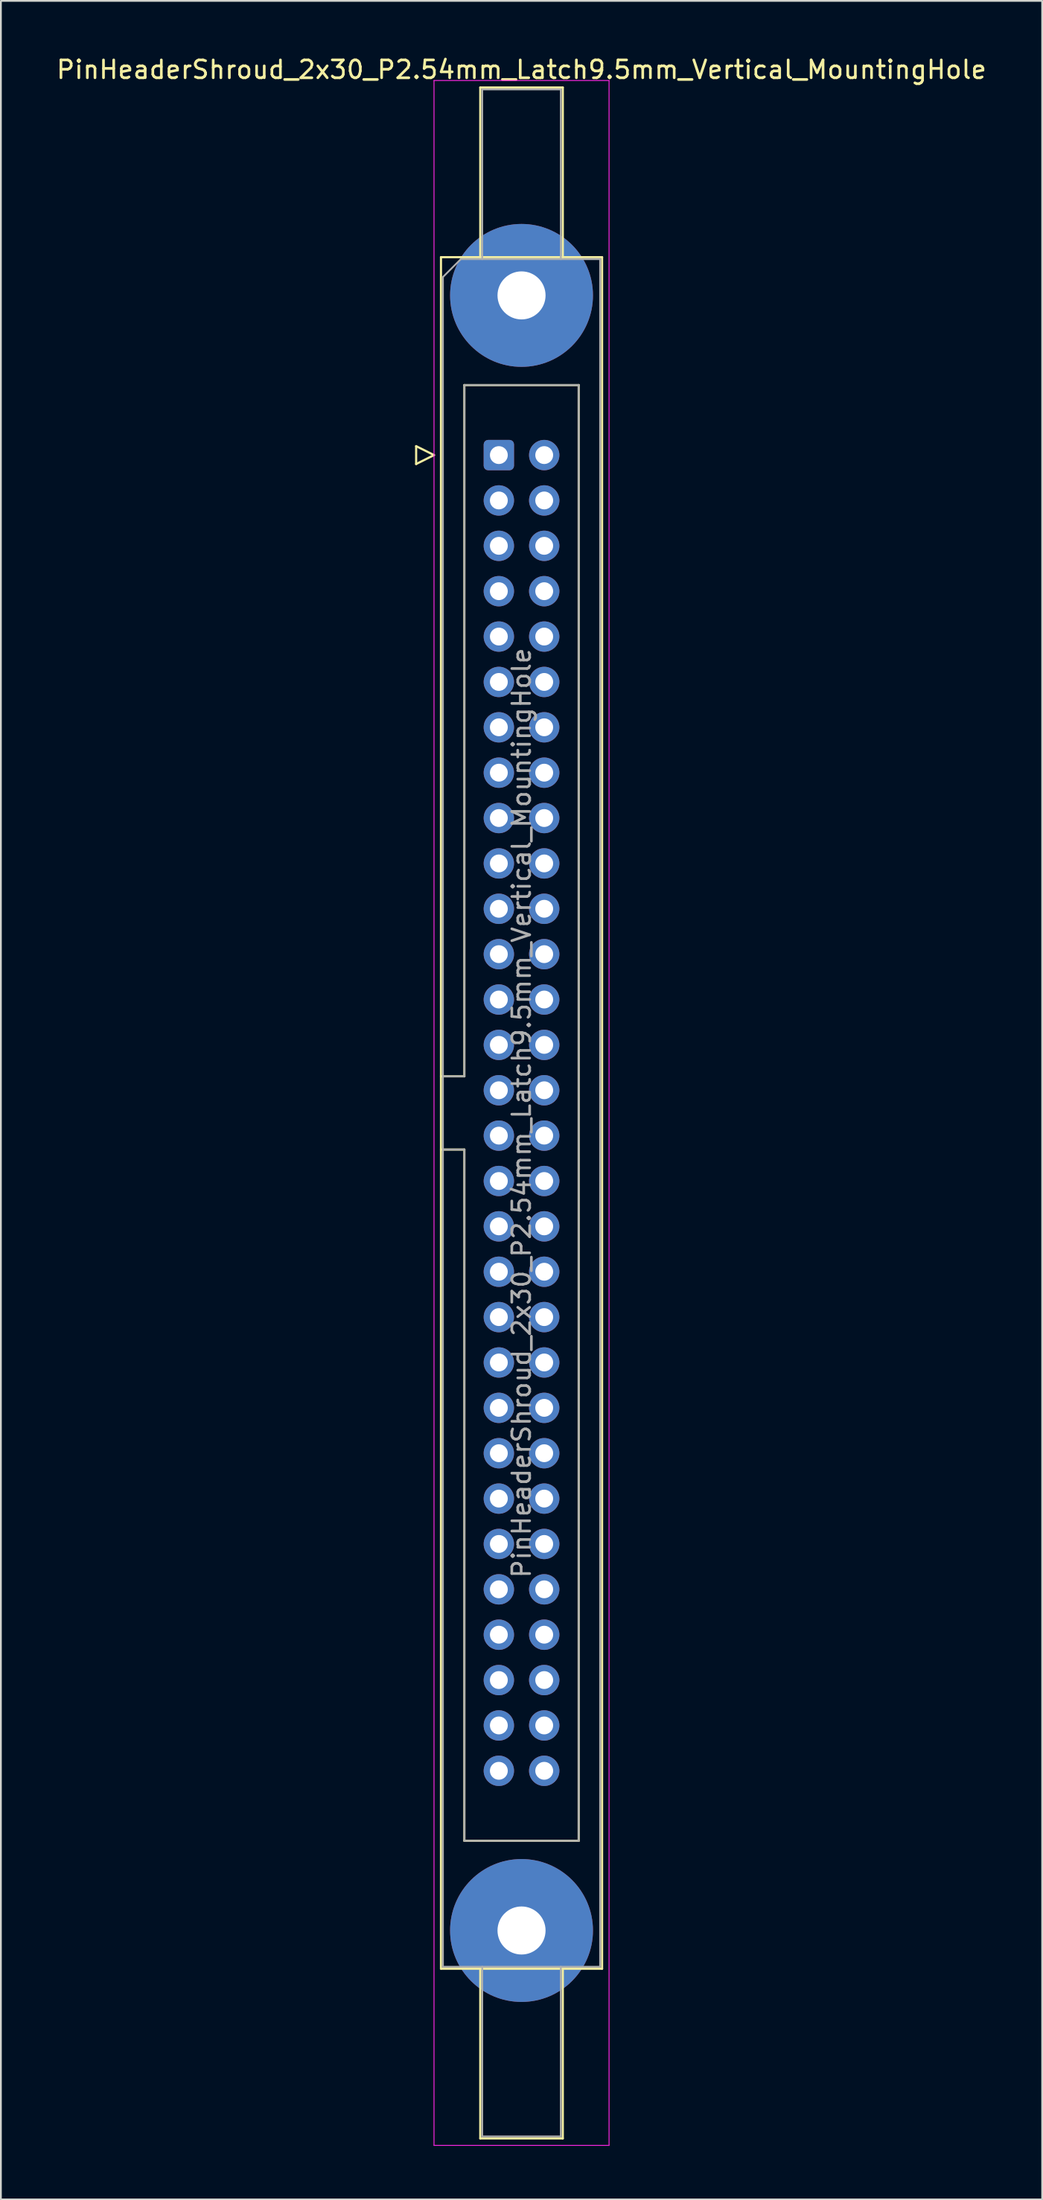
<source format=kicad_pcb>
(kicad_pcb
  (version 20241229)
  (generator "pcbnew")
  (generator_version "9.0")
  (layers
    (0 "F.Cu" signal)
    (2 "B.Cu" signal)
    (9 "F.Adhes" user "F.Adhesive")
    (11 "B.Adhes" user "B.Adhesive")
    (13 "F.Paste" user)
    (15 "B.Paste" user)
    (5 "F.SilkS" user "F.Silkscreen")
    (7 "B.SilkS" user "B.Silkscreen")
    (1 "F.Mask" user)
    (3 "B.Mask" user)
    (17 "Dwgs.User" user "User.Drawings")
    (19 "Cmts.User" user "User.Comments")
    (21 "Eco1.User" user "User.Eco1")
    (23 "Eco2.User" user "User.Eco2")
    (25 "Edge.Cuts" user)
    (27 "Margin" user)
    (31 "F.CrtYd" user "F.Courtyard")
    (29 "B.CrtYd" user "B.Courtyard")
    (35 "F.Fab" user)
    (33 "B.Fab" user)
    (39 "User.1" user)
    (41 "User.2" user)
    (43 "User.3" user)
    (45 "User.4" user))
  (footprint "PinHeaderShroud_2x30_P2.54mm_Latch9.5mm_Vertical_MountingHole"
    (layer "F.Cu")
    (at 24.879 22.428)
    (property "Reference" "PinHeaderShroud_2x30_P2.54mm_Latch9.5mm_Vertical_MountingHole" (at 1.27 -21.58 0) (layer "F.SilkS") (effects (font (size 1 1) (thickness 0.15))))
    (attr through_hole)
    (fp_line (start -4.63 -0.5) (end -4.63 0.5) (stroke (width 0.12) (type solid)) (layer "F.SilkS"))
    (fp_line (start -4.63 0.5) (end -3.63 0) (stroke (width 0.12) (type solid)) (layer "F.SilkS"))
    (fp_line (start -3.63 0) (end -4.63 -0.5) (stroke (width 0.12) (type solid)) (layer "F.SilkS"))
    (fp_line (start -3.24 -11.08) (end 5.78 -11.08) (stroke (width 0.12) (type solid)) (layer "F.SilkS"))
    (fp_line (start -3.24 34.78) (end -1.93 34.78) (stroke (width 0.12) (type solid)) (layer "F.SilkS"))
    (fp_line (start -3.24 38.88) (end -1.93 38.88) (stroke (width 0.12) (type solid)) (layer "F.SilkS"))
    (fp_line (start -3.24 84.74) (end -3.24 -11.08) (stroke (width 0.12) (type solid)) (layer "F.SilkS"))
    (fp_line (start -1.93 -3.92) (end 4.47 -3.92) (stroke (width 0.12) (type solid)) (layer "F.SilkS"))
    (fp_line (start -1.93 34.78) (end -1.93 -3.92) (stroke (width 0.12) (type solid)) (layer "F.SilkS"))
    (fp_line (start -1.93 77.58) (end -1.93 38.88) (stroke (width 0.12) (type solid)) (layer "F.SilkS"))
    (fp_line (start -1.04 -20.58) (end 3.58 -20.58) (stroke (width 0.12) (type solid)) (layer "F.SilkS"))
    (fp_line (start -1.04 -11.08) (end -1.04 -20.58) (stroke (width 0.12) (type solid)) (layer "F.SilkS"))
    (fp_line (start -1.04 84.74) (end -1.04 94.24) (stroke (width 0.12) (type solid)) (layer "F.SilkS"))
    (fp_line (start -1.04 94.24) (end 3.58 94.24) (stroke (width 0.12) (type solid)) (layer "F.SilkS"))
    (fp_line (start 3.58 -20.58) (end 3.58 -11.08) (stroke (width 0.12) (type solid)) (layer "F.SilkS"))
    (fp_line (start 3.58 94.24) (end 3.58 84.74) (stroke (width 0.12) (type solid)) (layer "F.SilkS"))
    (fp_line (start 4.47 -3.92) (end 4.47 77.58) (stroke (width 0.12) (type solid)) (layer "F.SilkS"))
    (fp_line (start 4.47 77.58) (end -1.93 77.58) (stroke (width 0.12) (type solid)) (layer "F.SilkS"))
    (fp_line (start 5.78 -11.08) (end 5.78 84.74) (stroke (width 0.12) (type solid)) (layer "F.SilkS"))
    (fp_line (start 5.78 84.74) (end -3.24 84.74) (stroke (width 0.12) (type solid)) (layer "F.SilkS"))
    (fp_line (start -3.63 -20.97) (end -3.63 94.63) (stroke (width 0.05) (type solid)) (layer "F.CrtYd"))
    (fp_line (start -3.63 94.63) (end 6.17 94.63) (stroke (width 0.05) (type solid)) (layer "F.CrtYd"))
    (fp_line (start 6.17 -20.97) (end -3.63 -20.97) (stroke (width 0.05) (type solid)) (layer "F.CrtYd"))
    (fp_line (start 6.17 94.63) (end 6.17 -20.97) (stroke (width 0.05) (type solid)) (layer "F.CrtYd"))
    (fp_line (start -3.13 -9.97) (end -2.13 -10.97) (stroke (width 0.1) (type solid)) (layer "F.Fab"))
    (fp_line (start -3.13 34.78) (end -1.93 34.78) (stroke (width 0.1) (type solid)) (layer "F.Fab"))
    (fp_line (start -3.13 38.88) (end -1.93 38.88) (stroke (width 0.1) (type solid)) (layer "F.Fab"))
    (fp_line (start -3.13 84.63) (end -3.13 -9.97) (stroke (width 0.1) (type solid)) (layer "F.Fab"))
    (fp_line (start -2.13 -10.97) (end 5.67 -10.97) (stroke (width 0.1) (type solid)) (layer "F.Fab"))
    (fp_line (start -1.93 -3.92) (end 4.47 -3.92) (stroke (width 0.1) (type solid)) (layer "F.Fab"))
    (fp_line (start -1.93 34.78) (end -1.93 -3.92) (stroke (width 0.1) (type solid)) (layer "F.Fab"))
    (fp_line (start -1.93 77.58) (end -1.93 38.88) (stroke (width 0.1) (type solid)) (layer "F.Fab"))
    (fp_line (start -0.93 -20.47) (end 3.47 -20.47) (stroke (width 0.1) (type solid)) (layer "F.Fab"))
    (fp_line (start -0.93 -10.97) (end -0.93 -20.47) (stroke (width 0.1) (type solid)) (layer "F.Fab"))
    (fp_line (start -0.93 84.63) (end -0.93 94.13) (stroke (width 0.1) (type solid)) (layer "F.Fab"))
    (fp_line (start -0.93 94.13) (end 3.47 94.13) (stroke (width 0.1) (type solid)) (layer "F.Fab"))
    (fp_line (start 3.47 -20.47) (end 3.47 -10.97) (stroke (width 0.1) (type solid)) (layer "F.Fab"))
    (fp_line (start 3.47 94.13) (end 3.47 84.63) (stroke (width 0.1) (type solid)) (layer "F.Fab"))
    (fp_line (start 4.47 -3.92) (end 4.47 77.58) (stroke (width 0.1) (type solid)) (layer "F.Fab"))
    (fp_line (start 4.47 77.58) (end -1.93 77.58) (stroke (width 0.1) (type solid)) (layer "F.Fab"))
    (fp_line (start 5.67 -10.97) (end 5.67 84.63) (stroke (width 0.1) (type solid)) (layer "F.Fab"))
    (fp_line (start 5.67 84.63) (end -3.13 84.63) (stroke (width 0.1) (type solid)) (layer "F.Fab"))
    (fp_text user "${REFERENCE}" (at 1.27 36.83 90) (layer "F.Fab") (effects (font (size 1 1) (thickness 0.15))))
    (pad "" thru_hole circle (at 1.27 -8.94) (size 8 8) (drill 2.69) (layers "*.Cu" "*.Mask"))
    (pad "" thru_hole circle (at 1.27 82.6) (size 8 8) (drill 2.69) (layers "*.Cu" "*.Mask"))
    (pad "1" thru_hole roundrect (at 0 0) (size 1.7 1.7) (drill 1) (layers "*.Cu" "*.Mask") (roundrect_rratio 0.147))
    (pad "2" thru_hole circle (at 2.54 0) (size 1.7 1.7) (drill 1) (layers "*.Cu" "*.Mask"))
    (pad "3" thru_hole circle (at 0 2.54) (size 1.7 1.7) (drill 1) (layers "*.Cu" "*.Mask"))
    (pad "4" thru_hole circle (at 2.54 2.54) (size 1.7 1.7) (drill 1) (layers "*.Cu" "*.Mask"))
    (pad "5" thru_hole circle (at 0 5.08) (size 1.7 1.7) (drill 1) (layers "*.Cu" "*.Mask"))
    (pad "6" thru_hole circle (at 2.54 5.08) (size 1.7 1.7) (drill 1) (layers "*.Cu" "*.Mask"))
    (pad "7" thru_hole circle (at 0 7.62) (size 1.7 1.7) (drill 1) (layers "*.Cu" "*.Mask"))
    (pad "8" thru_hole circle (at 2.54 7.62) (size 1.7 1.7) (drill 1) (layers "*.Cu" "*.Mask"))
    (pad "9" thru_hole circle (at 0 10.16) (size 1.7 1.7) (drill 1) (layers "*.Cu" "*.Mask"))
    (pad "10" thru_hole circle (at 2.54 10.16) (size 1.7 1.7) (drill 1) (layers "*.Cu" "*.Mask"))
    (pad "11" thru_hole circle (at 0 12.7) (size 1.7 1.7) (drill 1) (layers "*.Cu" "*.Mask"))
    (pad "12" thru_hole circle (at 2.54 12.7) (size 1.7 1.7) (drill 1) (layers "*.Cu" "*.Mask"))
    (pad "13" thru_hole circle (at 0 15.24) (size 1.7 1.7) (drill 1) (layers "*.Cu" "*.Mask"))
    (pad "14" thru_hole circle (at 2.54 15.24) (size 1.7 1.7) (drill 1) (layers "*.Cu" "*.Mask"))
    (pad "15" thru_hole circle (at 0 17.78) (size 1.7 1.7) (drill 1) (layers "*.Cu" "*.Mask"))
    (pad "16" thru_hole circle (at 2.54 17.78) (size 1.7 1.7) (drill 1) (layers "*.Cu" "*.Mask"))
    (pad "17" thru_hole circle (at 0 20.32) (size 1.7 1.7) (drill 1) (layers "*.Cu" "*.Mask"))
    (pad "18" thru_hole circle (at 2.54 20.32) (size 1.7 1.7) (drill 1) (layers "*.Cu" "*.Mask"))
    (pad "19" thru_hole circle (at 0 22.86) (size 1.7 1.7) (drill 1) (layers "*.Cu" "*.Mask"))
    (pad "20" thru_hole circle (at 2.54 22.86) (size 1.7 1.7) (drill 1) (layers "*.Cu" "*.Mask"))
    (pad "21" thru_hole circle (at 0 25.4) (size 1.7 1.7) (drill 1) (layers "*.Cu" "*.Mask"))
    (pad "22" thru_hole circle (at 2.54 25.4) (size 1.7 1.7) (drill 1) (layers "*.Cu" "*.Mask"))
    (pad "23" thru_hole circle (at 0 27.94) (size 1.7 1.7) (drill 1) (layers "*.Cu" "*.Mask"))
    (pad "24" thru_hole circle (at 2.54 27.94) (size 1.7 1.7) (drill 1) (layers "*.Cu" "*.Mask"))
    (pad "25" thru_hole circle (at 0 30.48) (size 1.7 1.7) (drill 1) (layers "*.Cu" "*.Mask"))
    (pad "26" thru_hole circle (at 2.54 30.48) (size 1.7 1.7) (drill 1) (layers "*.Cu" "*.Mask"))
    (pad "27" thru_hole circle (at 0 33.02) (size 1.7 1.7) (drill 1) (layers "*.Cu" "*.Mask"))
    (pad "28" thru_hole circle (at 2.54 33.02) (size 1.7 1.7) (drill 1) (layers "*.Cu" "*.Mask"))
    (pad "29" thru_hole circle (at 0 35.56) (size 1.7 1.7) (drill 1) (layers "*.Cu" "*.Mask"))
    (pad "30" thru_hole circle (at 2.54 35.56) (size 1.7 1.7) (drill 1) (layers "*.Cu" "*.Mask"))
    (pad "31" thru_hole circle (at 0 38.1) (size 1.7 1.7) (drill 1) (layers "*.Cu" "*.Mask"))
    (pad "32" thru_hole circle (at 2.54 38.1) (size 1.7 1.7) (drill 1) (layers "*.Cu" "*.Mask"))
    (pad "33" thru_hole circle (at 0 40.64) (size 1.7 1.7) (drill 1) (layers "*.Cu" "*.Mask"))
    (pad "34" thru_hole circle (at 2.54 40.64) (size 1.7 1.7) (drill 1) (layers "*.Cu" "*.Mask"))
    (pad "35" thru_hole circle (at 0 43.18) (size 1.7 1.7) (drill 1) (layers "*.Cu" "*.Mask"))
    (pad "36" thru_hole circle (at 2.54 43.18) (size 1.7 1.7) (drill 1) (layers "*.Cu" "*.Mask"))
    (pad "37" thru_hole circle (at 0 45.72) (size 1.7 1.7) (drill 1) (layers "*.Cu" "*.Mask"))
    (pad "38" thru_hole circle (at 2.54 45.72) (size 1.7 1.7) (drill 1) (layers "*.Cu" "*.Mask"))
    (pad "39" thru_hole circle (at 0 48.26) (size 1.7 1.7) (drill 1) (layers "*.Cu" "*.Mask"))
    (pad "40" thru_hole circle (at 2.54 48.26) (size 1.7 1.7) (drill 1) (layers "*.Cu" "*.Mask"))
    (pad "41" thru_hole circle (at 0 50.8) (size 1.7 1.7) (drill 1) (layers "*.Cu" "*.Mask"))
    (pad "42" thru_hole circle (at 2.54 50.8) (size 1.7 1.7) (drill 1) (layers "*.Cu" "*.Mask"))
    (pad "43" thru_hole circle (at 0 53.34) (size 1.7 1.7) (drill 1) (layers "*.Cu" "*.Mask"))
    (pad "44" thru_hole circle (at 2.54 53.34) (size 1.7 1.7) (drill 1) (layers "*.Cu" "*.Mask"))
    (pad "45" thru_hole circle (at 0 55.88) (size 1.7 1.7) (drill 1) (layers "*.Cu" "*.Mask"))
    (pad "46" thru_hole circle (at 2.54 55.88) (size 1.7 1.7) (drill 1) (layers "*.Cu" "*.Mask"))
    (pad "47" thru_hole circle (at 0 58.42) (size 1.7 1.7) (drill 1) (layers "*.Cu" "*.Mask"))
    (pad "48" thru_hole circle (at 2.54 58.42) (size 1.7 1.7) (drill 1) (layers "*.Cu" "*.Mask"))
    (pad "49" thru_hole circle (at 0 60.96) (size 1.7 1.7) (drill 1) (layers "*.Cu" "*.Mask"))
    (pad "50" thru_hole circle (at 2.54 60.96) (size 1.7 1.7) (drill 1) (layers "*.Cu" "*.Mask"))
    (pad "51" thru_hole circle (at 0 63.5) (size 1.7 1.7) (drill 1) (layers "*.Cu" "*.Mask"))
    (pad "52" thru_hole circle (at 2.54 63.5) (size 1.7 1.7) (drill 1) (layers "*.Cu" "*.Mask"))
    (pad "53" thru_hole circle (at 0 66.04) (size 1.7 1.7) (drill 1) (layers "*.Cu" "*.Mask"))
    (pad "54" thru_hole circle (at 2.54 66.04) (size 1.7 1.7) (drill 1) (layers "*.Cu" "*.Mask"))
    (pad "55" thru_hole circle (at 0 68.58) (size 1.7 1.7) (drill 1) (layers "*.Cu" "*.Mask"))
    (pad "56" thru_hole circle (at 2.54 68.58) (size 1.7 1.7) (drill 1) (layers "*.Cu" "*.Mask"))
    (pad "57" thru_hole circle (at 0 71.12) (size 1.7 1.7) (drill 1) (layers "*.Cu" "*.Mask"))
    (pad "58" thru_hole circle (at 2.54 71.12) (size 1.7 1.7) (drill 1) (layers "*.Cu" "*.Mask"))
    (pad "59" thru_hole circle (at 0 73.66) (size 1.7 1.7) (drill 1) (layers "*.Cu" "*.Mask"))
    (pad "60" thru_hole circle (at 2.54 73.66) (size 1.7 1.7) (drill 1) (layers "*.Cu" "*.Mask")))
  (gr_rect
    (start -3 -3)
    (end 55.298 120.083)
    (stroke (width 0.1) (type default))
    (fill no)
    (layer "Edge.Cuts")))
</source>
